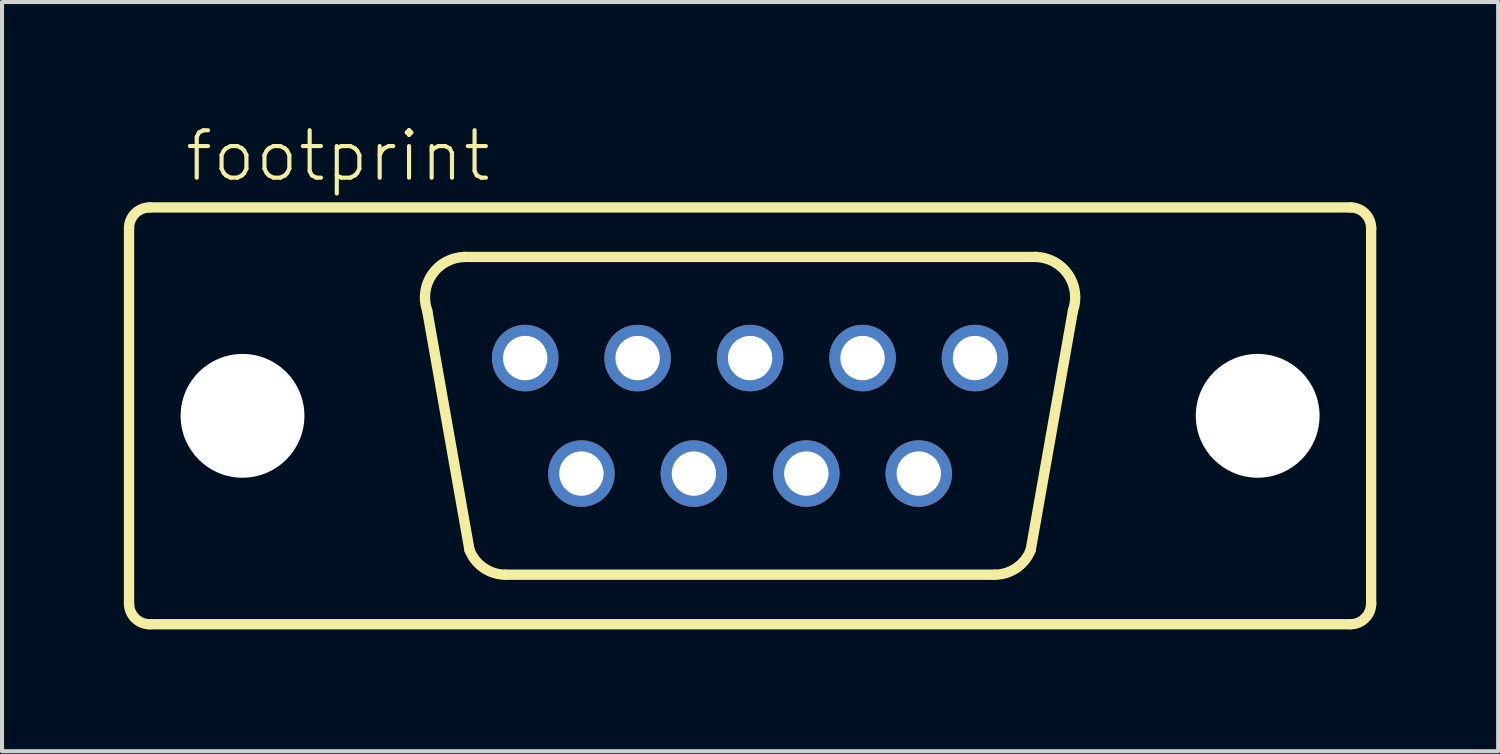
<source format=kicad_pcb>
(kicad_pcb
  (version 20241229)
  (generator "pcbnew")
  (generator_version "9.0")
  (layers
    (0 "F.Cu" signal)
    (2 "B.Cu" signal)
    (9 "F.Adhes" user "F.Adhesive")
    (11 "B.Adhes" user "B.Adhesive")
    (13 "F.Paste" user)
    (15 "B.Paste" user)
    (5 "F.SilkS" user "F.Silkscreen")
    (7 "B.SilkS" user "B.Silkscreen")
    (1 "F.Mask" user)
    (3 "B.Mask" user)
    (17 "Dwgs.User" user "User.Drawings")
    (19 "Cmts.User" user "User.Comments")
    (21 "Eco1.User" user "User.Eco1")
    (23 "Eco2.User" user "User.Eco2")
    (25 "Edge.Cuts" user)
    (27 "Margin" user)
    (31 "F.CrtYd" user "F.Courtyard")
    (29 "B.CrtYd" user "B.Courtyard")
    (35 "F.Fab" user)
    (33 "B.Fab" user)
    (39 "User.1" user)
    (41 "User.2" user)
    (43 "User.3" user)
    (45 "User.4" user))
  (footprint "footprint"
    (layer "F.Cu")
    (at 15.418 7.188)
    (property "Reference" "footprint" (at -13.97 -5.715 0) (layer "F.SilkS") (effects (font (size 1.168 1.168) (thickness 0.102)) (justify left bottom)))
    (fp_line (start -15.291 4.648) (end -15.291 -4.623) (stroke (width 0.254) (type solid)) (layer "F.SilkS"))
    (fp_line (start -14.783 -5.131) (end 14.783 -5.131) (stroke (width 0.254) (type solid)) (layer "F.SilkS"))
    (fp_line (start -6.909 3.302) (end -7.95 -2.591) (stroke (width 0.254) (type solid)) (layer "F.SilkS"))
    (fp_line (start 6.02 3.912) (end -6.02 3.912) (stroke (width 0.254) (type solid)) (layer "F.SilkS"))
    (fp_line (start 6.909 3.302) (end 7.95 -2.591) (stroke (width 0.254) (type solid)) (layer "F.SilkS"))
    (fp_line (start 7.036 -3.912) (end -7.036 -3.912) (stroke (width 0.254) (type solid)) (layer "F.SilkS"))
    (fp_line (start 14.783 5.131) (end -14.808 5.131) (stroke (width 0.254) (type solid)) (layer "F.SilkS"))
    (fp_line (start 15.291 -4.623) (end 15.291 4.623) (stroke (width 0.254) (type solid)) (layer "F.SilkS"))
    (fp_arc (start -15.2908 -4.6228) (mid -15.14201 -4.98201) (end -14.7828 -5.1308) (stroke (width 0.254) (type solid)) (layer "F.SilkS"))
    (fp_arc (start -14.7828 5.1308) (mid -15.14201 4.98201) (end -15.2908 4.6228) (stroke (width 0.254) (type solid)) (layer "F.SilkS"))
    (fp_arc (start -7.9502 -2.5908) (mid -7.828342 -3.483361) (end -7.035798 -3.911601) (stroke (width 0.254) (type solid)) (layer "F.SilkS"))
    (fp_arc (start -6.019799 3.911601) (mid -6.558828 3.744655) (end -6.9088 3.302) (stroke (width 0.254) (type solid)) (layer "F.SilkS"))
    (fp_arc (start 6.908799 3.301999) (mid 6.558828 3.744653) (end 6.0198 3.9116) (stroke (width 0.254) (type solid)) (layer "F.SilkS"))
    (fp_arc (start 7.0358 -3.9116) (mid 7.828343 -3.48336) (end 7.950199 -2.590799) (stroke (width 0.254) (type solid)) (layer "F.SilkS"))
    (fp_arc (start 14.7828 -5.1308) (mid 15.14201 -4.98201) (end 15.2908 -4.6228) (stroke (width 0.254) (type solid)) (layer "F.SilkS"))
    (fp_arc (start 15.2908 4.6228) (mid 15.14201 4.98201) (end 14.7828 5.1308) (stroke (width 0.254) (type solid)) (layer "F.SilkS"))
    (pad "" np_thru_hole circle (at -12.497 0) (size 3.048 3.048) (drill 3.048) (layers "*.Cu" "*.Mask"))
    (pad "" np_thru_hole circle (at 12.497 0) (size 3.048 3.048) (drill 3.048) (layers "*.Cu" "*.Mask"))
    (pad "1" thru_hole circle (at -5.537 -1.422) (size 1.638 1.638) (drill 1.092) (layers "*.Cu" "*.Mask"))
    (pad "2" thru_hole circle (at -2.769 -1.422) (size 1.638 1.638) (drill 1.092) (layers "*.Cu" "*.Mask"))
    (pad "3" thru_hole circle (at 0 -1.422) (size 1.638 1.638) (drill 1.092) (layers "*.Cu" "*.Mask"))
    (pad "4" thru_hole circle (at 2.769 -1.422) (size 1.638 1.638) (drill 1.092) (layers "*.Cu" "*.Mask"))
    (pad "5" thru_hole circle (at 5.537 -1.422) (size 1.638 1.638) (drill 1.092) (layers "*.Cu" "*.Mask"))
    (pad "6" thru_hole circle (at -4.153 1.422) (size 1.638 1.638) (drill 1.092) (layers "*.Cu" "*.Mask"))
    (pad "7" thru_hole circle (at -1.384 1.422) (size 1.638 1.638) (drill 1.092) (layers "*.Cu" "*.Mask"))
    (pad "8" thru_hole circle (at 1.384 1.422) (size 1.638 1.638) (drill 1.092) (layers "*.Cu" "*.Mask"))
    (pad "9" thru_hole circle (at 4.153 1.422) (size 1.638 1.638) (drill 1.092) (layers "*.Cu" "*.Mask")))
  (gr_rect
    (start -3 -3)
    (end 33.836 15.446)
    (stroke (width 0.1) (type default))
    (fill no)
    (layer "Edge.Cuts")))
</source>
